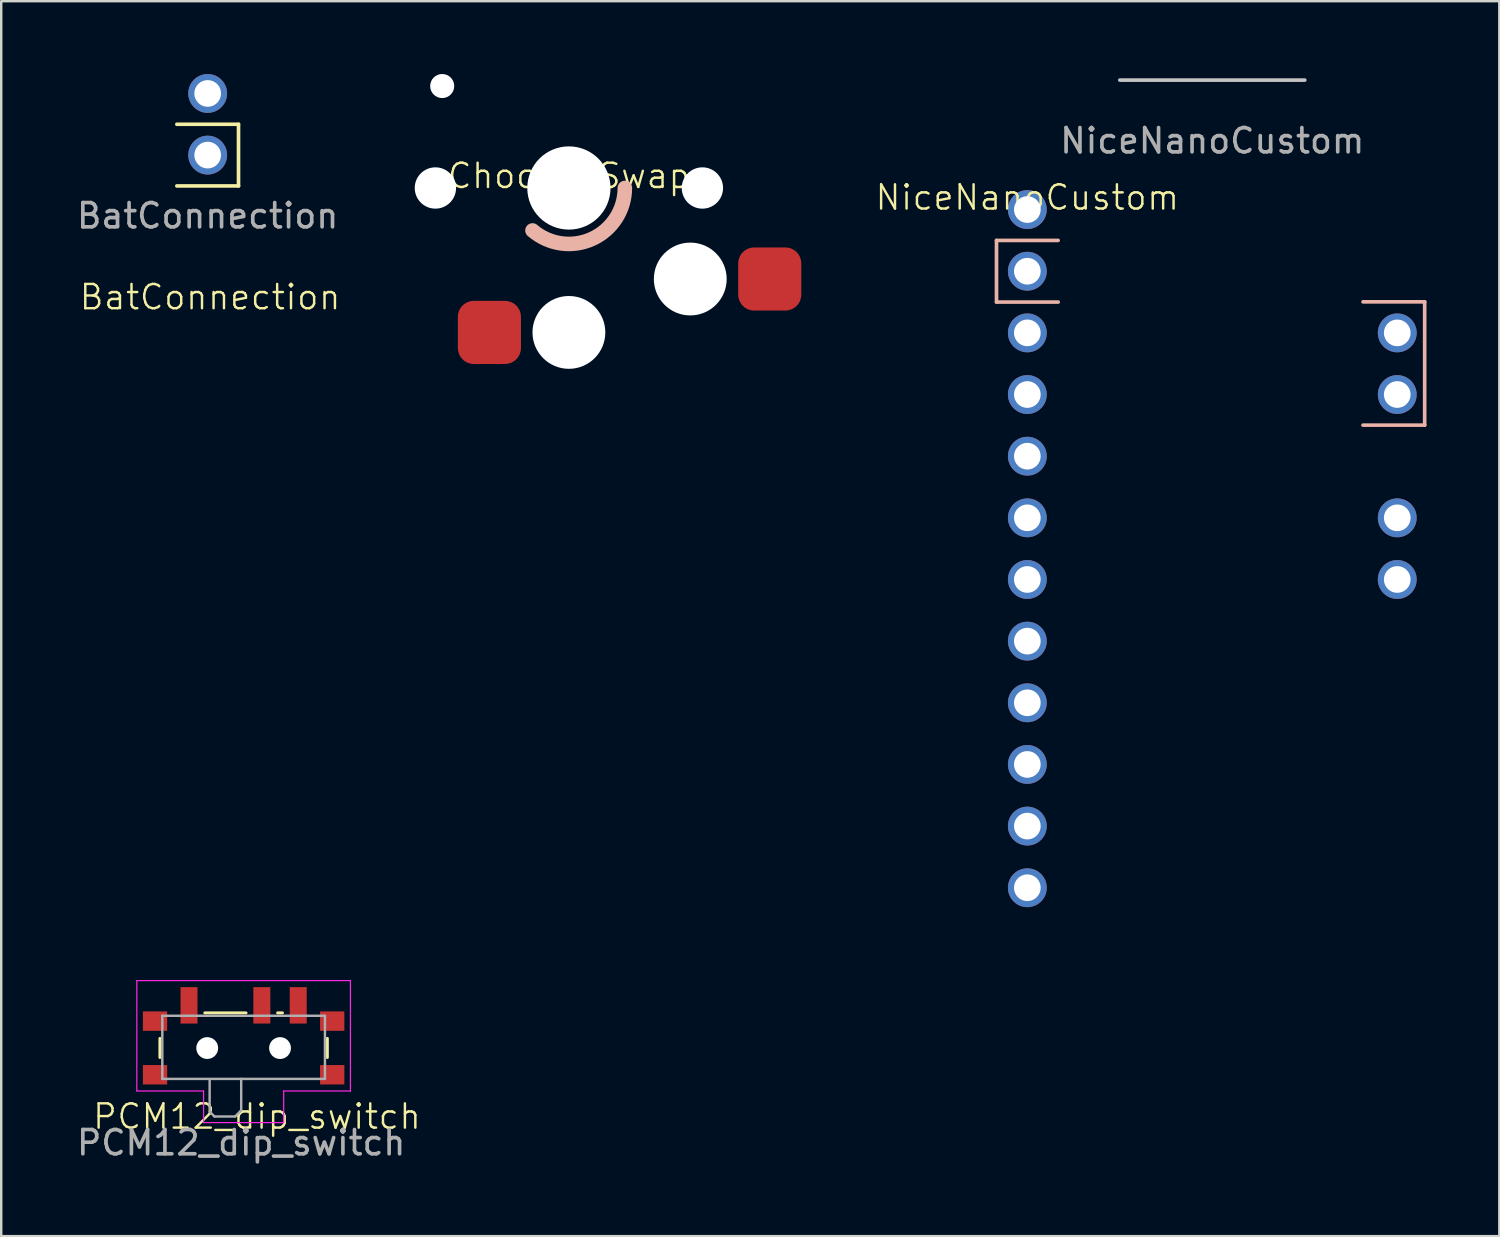
<source format=kicad_pcb>
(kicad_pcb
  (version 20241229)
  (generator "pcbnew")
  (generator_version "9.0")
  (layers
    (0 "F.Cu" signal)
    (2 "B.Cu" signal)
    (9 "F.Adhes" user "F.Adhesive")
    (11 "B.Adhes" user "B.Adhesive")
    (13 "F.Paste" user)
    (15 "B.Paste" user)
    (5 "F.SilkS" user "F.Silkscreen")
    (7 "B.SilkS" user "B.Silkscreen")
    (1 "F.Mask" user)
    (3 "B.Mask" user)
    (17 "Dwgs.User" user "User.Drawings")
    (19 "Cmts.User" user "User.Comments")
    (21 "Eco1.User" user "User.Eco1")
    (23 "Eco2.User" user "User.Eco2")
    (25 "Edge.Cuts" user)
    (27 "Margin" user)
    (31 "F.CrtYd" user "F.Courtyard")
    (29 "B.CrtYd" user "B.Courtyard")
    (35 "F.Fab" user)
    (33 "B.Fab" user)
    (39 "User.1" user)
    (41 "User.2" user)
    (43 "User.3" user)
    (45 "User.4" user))
  (footprint "ChocHotSwap"
    (layer "F.Cu")
    (at 20.388 4.695)
    (property "Reference" "ChocHotSwap" (at 0 -0.5 0) (unlocked yes) (layer "F.SilkS") (effects (font (size 1 1) (thickness 0.1))))
    (attr smd)
    (fp_arc (start 2.304887 0.000001) (mid 0.963113 2.094019) (end -1.499999 1.750001) (stroke (width 0.6) (type default)) (layer "B.SilkS"))
    (pad "" np_thru_hole circle (at -5.5 0.000001) (size 1.702 1.702) (drill 1.702) (layers "*.Cu" "*.Mask"))
    (pad "" np_thru_hole circle (at -5.22 -4.2) (size 0.991 0.991) (drill 0.991) (layers "*.Cu" "*.Mask"))
    (pad "" np_thru_hole circle (at 0.000001 0.000001) (size 3.429 3.429) (drill 3.429) (layers "*.Cu" "*.Mask"))
    (pad "" np_thru_hole circle (at 0.000001 5.95) (size 3 3) (drill 3) (layers "*.Cu" "*.Mask"))
    (pad "" np_thru_hole circle (at 5 3.75) (size 3 3) (drill 3) (layers "*.Cu" "*.Mask"))
    (pad "" np_thru_hole circle (at 5.5 0.000001) (size 1.702 1.702) (drill 1.702) (layers "*.Cu" "*.Mask"))
    (pad "1" smd roundrect (at 8.275 3.75) (size 2.6 2.6) (layers "F.Cu" "F.Mask" "F.Paste") (roundrect_rratio 0.25))
    (pad "2" smd roundrect (at -3.275 5.95) (size 2.6 2.6) (layers "F.Cu" "F.Mask" "F.Paste") (roundrect_rratio 0.25)))
  (footprint "NiceNanoCustom"
    (layer "F.Cu")
    (at 46.895 0.25)
    (property "Reference" "NiceNanoCustom" (at -7.62 4.834 0) (unlocked yes) (layer "F.SilkS") (effects (font (size 1 1) (thickness 0.1))))
    (attr through_hole)
    (fp_line (start -8.89 6.605) (end -6.35 6.605) (stroke (width 0.15) (type solid)) (layer "B.SilkS"))
    (fp_line (start -8.89 9.145) (end -8.89 6.605) (stroke (width 0.15) (type solid)) (layer "B.SilkS"))
    (fp_line (start -8.89 9.145) (end -6.35 9.145) (stroke (width 0.15) (type solid)) (layer "B.SilkS"))
    (fp_line (start 8.75 9.135) (end 6.21 9.135) (stroke (width 0.15) (type solid)) (layer "B.SilkS"))
    (fp_line (start 8.75 9.135) (end 8.75 14.215) (stroke (width 0.15) (type solid)) (layer "B.SilkS"))
    (fp_line (start 8.75 14.215) (end 6.21 14.215) (stroke (width 0.15) (type solid)) (layer "B.SilkS"))
    (fp_line (start -3.81 0) (end 3.81 0) (stroke (width 0.15) (type solid)) (layer "Dwgs.User"))
    (fp_text user "${REFERENCE}" (at 0 2.5 0) (unlocked yes) (layer "F.Fab") (effects (font (size 1 1) (thickness 0.15))))
    (pad "1" thru_hole circle (at -7.62 5.334 90) (size 1.6 1.6) (drill 1.1) (layers "*.Cu" "*.Mask"))
    (pad "2" thru_hole circle (at -7.62 7.874 90) (size 1.6 1.6) (drill 1.1) (layers "*.Cu" "*.Mask"))
    (pad "3" thru_hole circle (at -7.62 10.414 90) (size 1.6 1.6) (drill 1.1) (layers "*.Cu" "*.Mask"))
    (pad "4" thru_hole circle (at -7.62 12.954 90) (size 1.6 1.6) (drill 1.1) (layers "*.Cu" "*.Mask"))
    (pad "5" thru_hole circle (at -7.62 15.494 90) (size 1.6 1.6) (drill 1.1) (layers "*.Cu" "*.Mask"))
    (pad "6" thru_hole circle (at -7.62 18.034 90) (size 1.6 1.6) (drill 1.1) (layers "*.Cu" "*.Mask"))
    (pad "7" thru_hole circle (at -7.62 20.574 90) (size 1.6 1.6) (drill 1.1) (layers "*.Cu" "*.Mask"))
    (pad "8" thru_hole circle (at -7.62 23.114 90) (size 1.6 1.6) (drill 1.1) (layers "*.Cu" "*.Mask"))
    (pad "9" thru_hole circle (at -7.62 25.654 90) (size 1.6 1.6) (drill 1.1) (layers "*.Cu" "*.Mask"))
    (pad "10" thru_hole circle (at -7.62 28.194 90) (size 1.6 1.6) (drill 1.1) (layers "*.Cu" "*.Mask"))
    (pad "11" thru_hole circle (at -7.62 30.734 90) (size 1.6 1.6) (drill 1.1) (layers "*.Cu" "*.Mask"))
    (pad "12" thru_hole circle (at -7.62 33.274 90) (size 1.6 1.6) (drill 1.1) (layers "*.Cu" "*.Mask"))
    (pad "13" thru_hole circle (at 7.62 18.034 90) (size 1.6 1.6) (drill 1.1) (layers "*.Cu" "*.Mask"))
    (pad "14" thru_hole circle (at 7.62 20.574 90) (size 1.6 1.6) (drill 1.1) (layers "*.Cu" "*.Mask"))
    (pad "15" thru_hole circle (at 7.62 10.414 90) (size 1.6 1.6) (drill 1.1) (layers "*.Cu" "*.Mask"))
    (pad "16" thru_hole circle (at 7.62 12.954 90) (size 1.6 1.6) (drill 1.1) (layers "*.Cu" "*.Mask")))
  (footprint "PCM12_dip_switch"
    (layer "F.Cu")
    (at 6.887 41.529)
    (property "Reference" "PCM12_dip_switch" (at 0.65 1.42 0) (unlocked yes) (layer "F.SilkS") (effects (font (size 1 1) (thickness 0.1))))
    (attr smd)
    (fp_line (start -3.35 -1.8) (end -3.35 -1.01) (stroke (width 0.12) (type solid)) (layer "F.SilkS"))
    (fp_line (start -1.5 -2.85) (end 0.2 -2.85) (stroke (width 0.12) (type solid)) (layer "F.SilkS"))
    (fp_line (start 1.5 -2.85) (end 1.7 -2.85) (stroke (width 0.12) (type solid)) (layer "F.SilkS"))
    (fp_line (start 3.55 -1.01) (end 3.55 -1.8) (stroke (width 0.12) (type solid)) (layer "F.SilkS"))
    (fp_line (start -4.3 -4.18) (end 4.5 -4.18) (stroke (width 0.05) (type solid)) (layer "F.CrtYd"))
    (fp_line (start -4.3 0.37) (end -4.3 -4.18) (stroke (width 0.05) (type solid)) (layer "F.CrtYd"))
    (fp_line (start -1.55 0.37) (end -4.3 0.37) (stroke (width 0.05) (type solid)) (layer "F.CrtYd"))
    (fp_line (start -1.55 1.67) (end -1.55 0.37) (stroke (width 0.05) (type solid)) (layer "F.CrtYd"))
    (fp_line (start 1.75 0.37) (end 1.75 1.67) (stroke (width 0.05) (type solid)) (layer "F.CrtYd"))
    (fp_line (start 1.75 1.67) (end -1.55 1.67) (stroke (width 0.05) (type solid)) (layer "F.CrtYd"))
    (fp_line (start 4.5 -4.18) (end 4.5 0.37) (stroke (width 0.05) (type solid)) (layer "F.CrtYd"))
    (fp_line (start 4.5 0.37) (end 1.75 0.37) (stroke (width 0.05) (type solid)) (layer "F.CrtYd"))
    (fp_line (start -3.25 -2.73) (end -3.25 -0.13) (stroke (width 0.1) (type solid)) (layer "F.Fab"))
    (fp_line (start -3.25 -0.13) (end 3.45 -0.13) (stroke (width 0.1) (type solid)) (layer "F.Fab"))
    (fp_line (start -1.3 -0.08) (end -1.3 1.22) (stroke (width 0.1) (type solid)) (layer "F.Fab"))
    (fp_line (start -1.3 1.22) (end -1.1 1.42) (stroke (width 0.1) (type solid)) (layer "F.Fab"))
    (fp_line (start -1.1 1.42) (end -0.25 1.42) (stroke (width 0.1) (type solid)) (layer "F.Fab"))
    (fp_line (start -0.25 1.42) (end -0.05 1.22) (stroke (width 0.1) (type solid)) (layer "F.Fab"))
    (fp_line (start -0.05 1.22) (end 0 1.17) (stroke (width 0.1) (type solid)) (layer "F.Fab"))
    (fp_line (start 0 1.17) (end 0 -0.13) (stroke (width 0.1) (type solid)) (layer "F.Fab"))
    (fp_line (start 3.45 -2.73) (end -3.25 -2.73) (stroke (width 0.1) (type solid)) (layer "F.Fab"))
    (fp_line (start 3.45 -0.13) (end 3.45 -2.73) (stroke (width 0.1) (type solid)) (layer "F.Fab"))
    (fp_text user "${REFERENCE}" (at 0 2.5 0) (unlocked yes) (layer "F.Fab") (effects (font (size 1 1) (thickness 0.15))))
    (pad "" smd rect (at -3.55 -2.51) (size 1 0.8) (layers "F.Cu" "F.Mask" "F.Paste"))
    (pad "" smd rect (at -3.55 -0.3) (size 1 0.8) (layers "F.Cu" "F.Mask" "F.Paste"))
    (pad "" np_thru_hole circle (at -1.4 -1.4) (size 0.9 0.9) (drill 0.9) (layers "*.Cu" "*.Mask"))
    (pad "" np_thru_hole circle (at 1.6 -1.4) (size 0.9 0.9) (drill 0.9) (layers "*.Cu" "*.Mask"))
    (pad "" smd rect (at 3.75 -2.51) (size 1 0.8) (layers "F.Cu" "F.Mask" "F.Paste"))
    (pad "" smd rect (at 3.75 -0.3) (size 1 0.8) (layers "F.Cu" "F.Mask" "F.Paste"))
    (pad "1" smd rect (at -2.15 -3.16) (size 0.7 1.5) (layers "F.Cu" "F.Mask" "F.Paste"))
    (pad "2" smd rect (at 0.85 -3.16) (size 0.7 1.5) (layers "F.Cu" "F.Mask" "F.Paste"))
    (pad "3" smd rect (at 2.35 -3.16) (size 0.7 1.5) (layers "F.Cu" "F.Mask" "F.Paste")))
  (footprint "BatConnection"
    (layer "F.Cu")
    (at 5.506 3.34)
    (property "Reference" "BatConnection" (at 0.1 5.85 0) (unlocked yes) (layer "F.SilkS") (effects (font (size 1 1) (thickness 0.1))))
    (attr through_hole)
    (fp_line (start 1.27 -1.27) (end -1.27 -1.27) (stroke (width 0.15) (type solid)) (layer "F.SilkS"))
    (fp_line (start 1.27 -1.27) (end 1.27 1.27) (stroke (width 0.15) (type solid)) (layer "F.SilkS"))
    (fp_line (start 1.27 1.27) (end -1.27 1.27) (stroke (width 0.15) (type solid)) (layer "F.SilkS"))
    (fp_text user "${REFERENCE}" (at 0 2.5 0) (unlocked yes) (layer "F.Fab") (effects (font (size 1 1) (thickness 0.15))))
    (pad "1" thru_hole circle (at 0 0 90) (size 1.6 1.6) (drill 1.1) (layers "*.Cu" "*.Mask"))
    (pad "2" thru_hole circle (at 0 -2.54 90) (size 1.6 1.6) (drill 1.1) (layers "*.Cu" "*.Mask")))
  (gr_rect
    (start -3 -3)
    (end 58.72 47.877)
    (stroke (width 0.1) (type default))
    (fill no)
    (layer "Edge.Cuts")))
</source>
